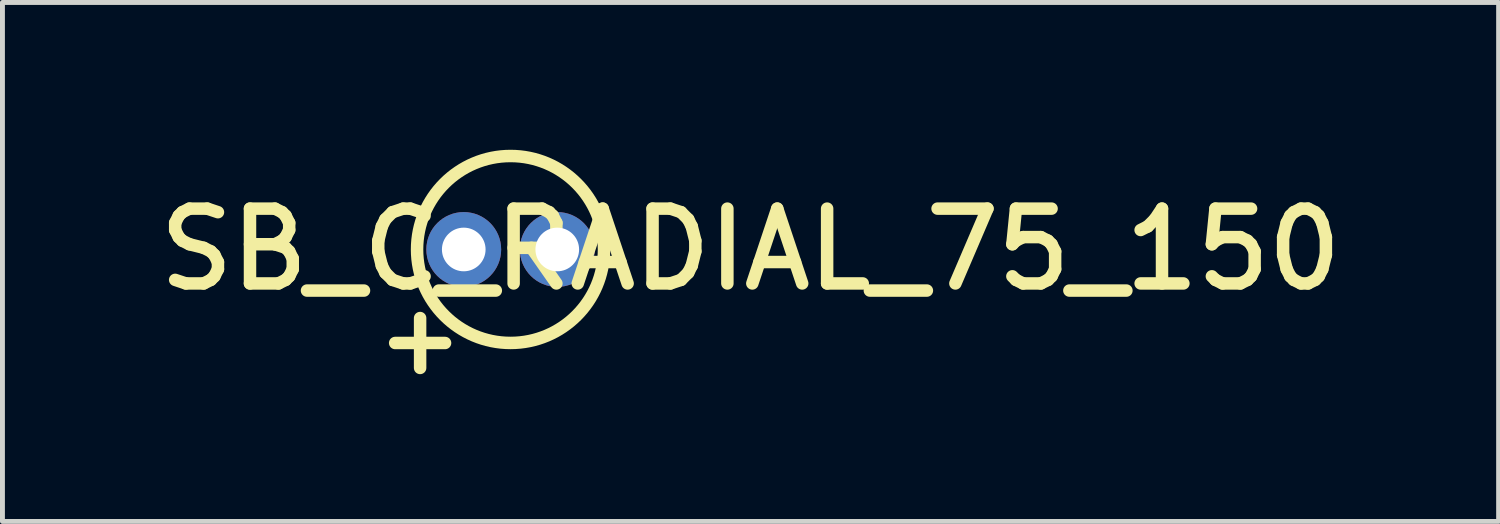
<source format=kicad_pcb>
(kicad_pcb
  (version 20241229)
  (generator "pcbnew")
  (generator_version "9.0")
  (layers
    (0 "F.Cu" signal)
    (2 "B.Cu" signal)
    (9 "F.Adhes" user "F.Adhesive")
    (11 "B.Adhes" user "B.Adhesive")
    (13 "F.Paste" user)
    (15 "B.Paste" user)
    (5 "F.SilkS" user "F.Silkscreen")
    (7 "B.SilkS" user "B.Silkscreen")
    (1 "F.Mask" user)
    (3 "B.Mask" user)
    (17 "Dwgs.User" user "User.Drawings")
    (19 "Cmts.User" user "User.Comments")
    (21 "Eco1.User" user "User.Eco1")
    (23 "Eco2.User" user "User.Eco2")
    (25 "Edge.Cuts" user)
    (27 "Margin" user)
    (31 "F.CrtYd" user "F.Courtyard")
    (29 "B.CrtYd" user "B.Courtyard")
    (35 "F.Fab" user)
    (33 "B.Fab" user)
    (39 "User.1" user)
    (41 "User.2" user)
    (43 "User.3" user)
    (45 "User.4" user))
  (footprint "SB_C_RADIAL_75_150"
    (layer "F.Cu")
    (at 6.397 2.032)
    (property "Reference" "SB_C_RADIAL_75_150" (at 5.842 0 0) (layer "F.SilkS") (effects (font (size 1.524 1.524) (thickness 0.254))))
    (attr through_hole)
    (fp_line (start -1.397 1.905) (end -0.381 1.905) (stroke (width 0.254) (type solid)) (layer "F.SilkS"))
    (fp_line (start -0.889 1.397) (end -0.889 2.413) (stroke (width 0.254) (type solid)) (layer "F.SilkS"))
    (fp_circle (center 0.953 0) (end 2.857 0) (stroke (width 0.254) (type solid)) (fill no) (layer "F.SilkS"))
    (pad "1" thru_hole circle (at 0 0 270) (size 1.524 1.524) (drill 0.889) (layers "*.Cu" "*.Mask"))
    (pad "2" thru_hole circle (at 1.905 0 270) (size 1.524 1.524) (drill 0.889) (layers "*.Cu" "*.Mask")))
  (gr_rect
    (start -3 -3)
    (end 27.478 7.572)
    (stroke (width 0.1) (type default))
    (fill no)
    (layer "Edge.Cuts")))
</source>
